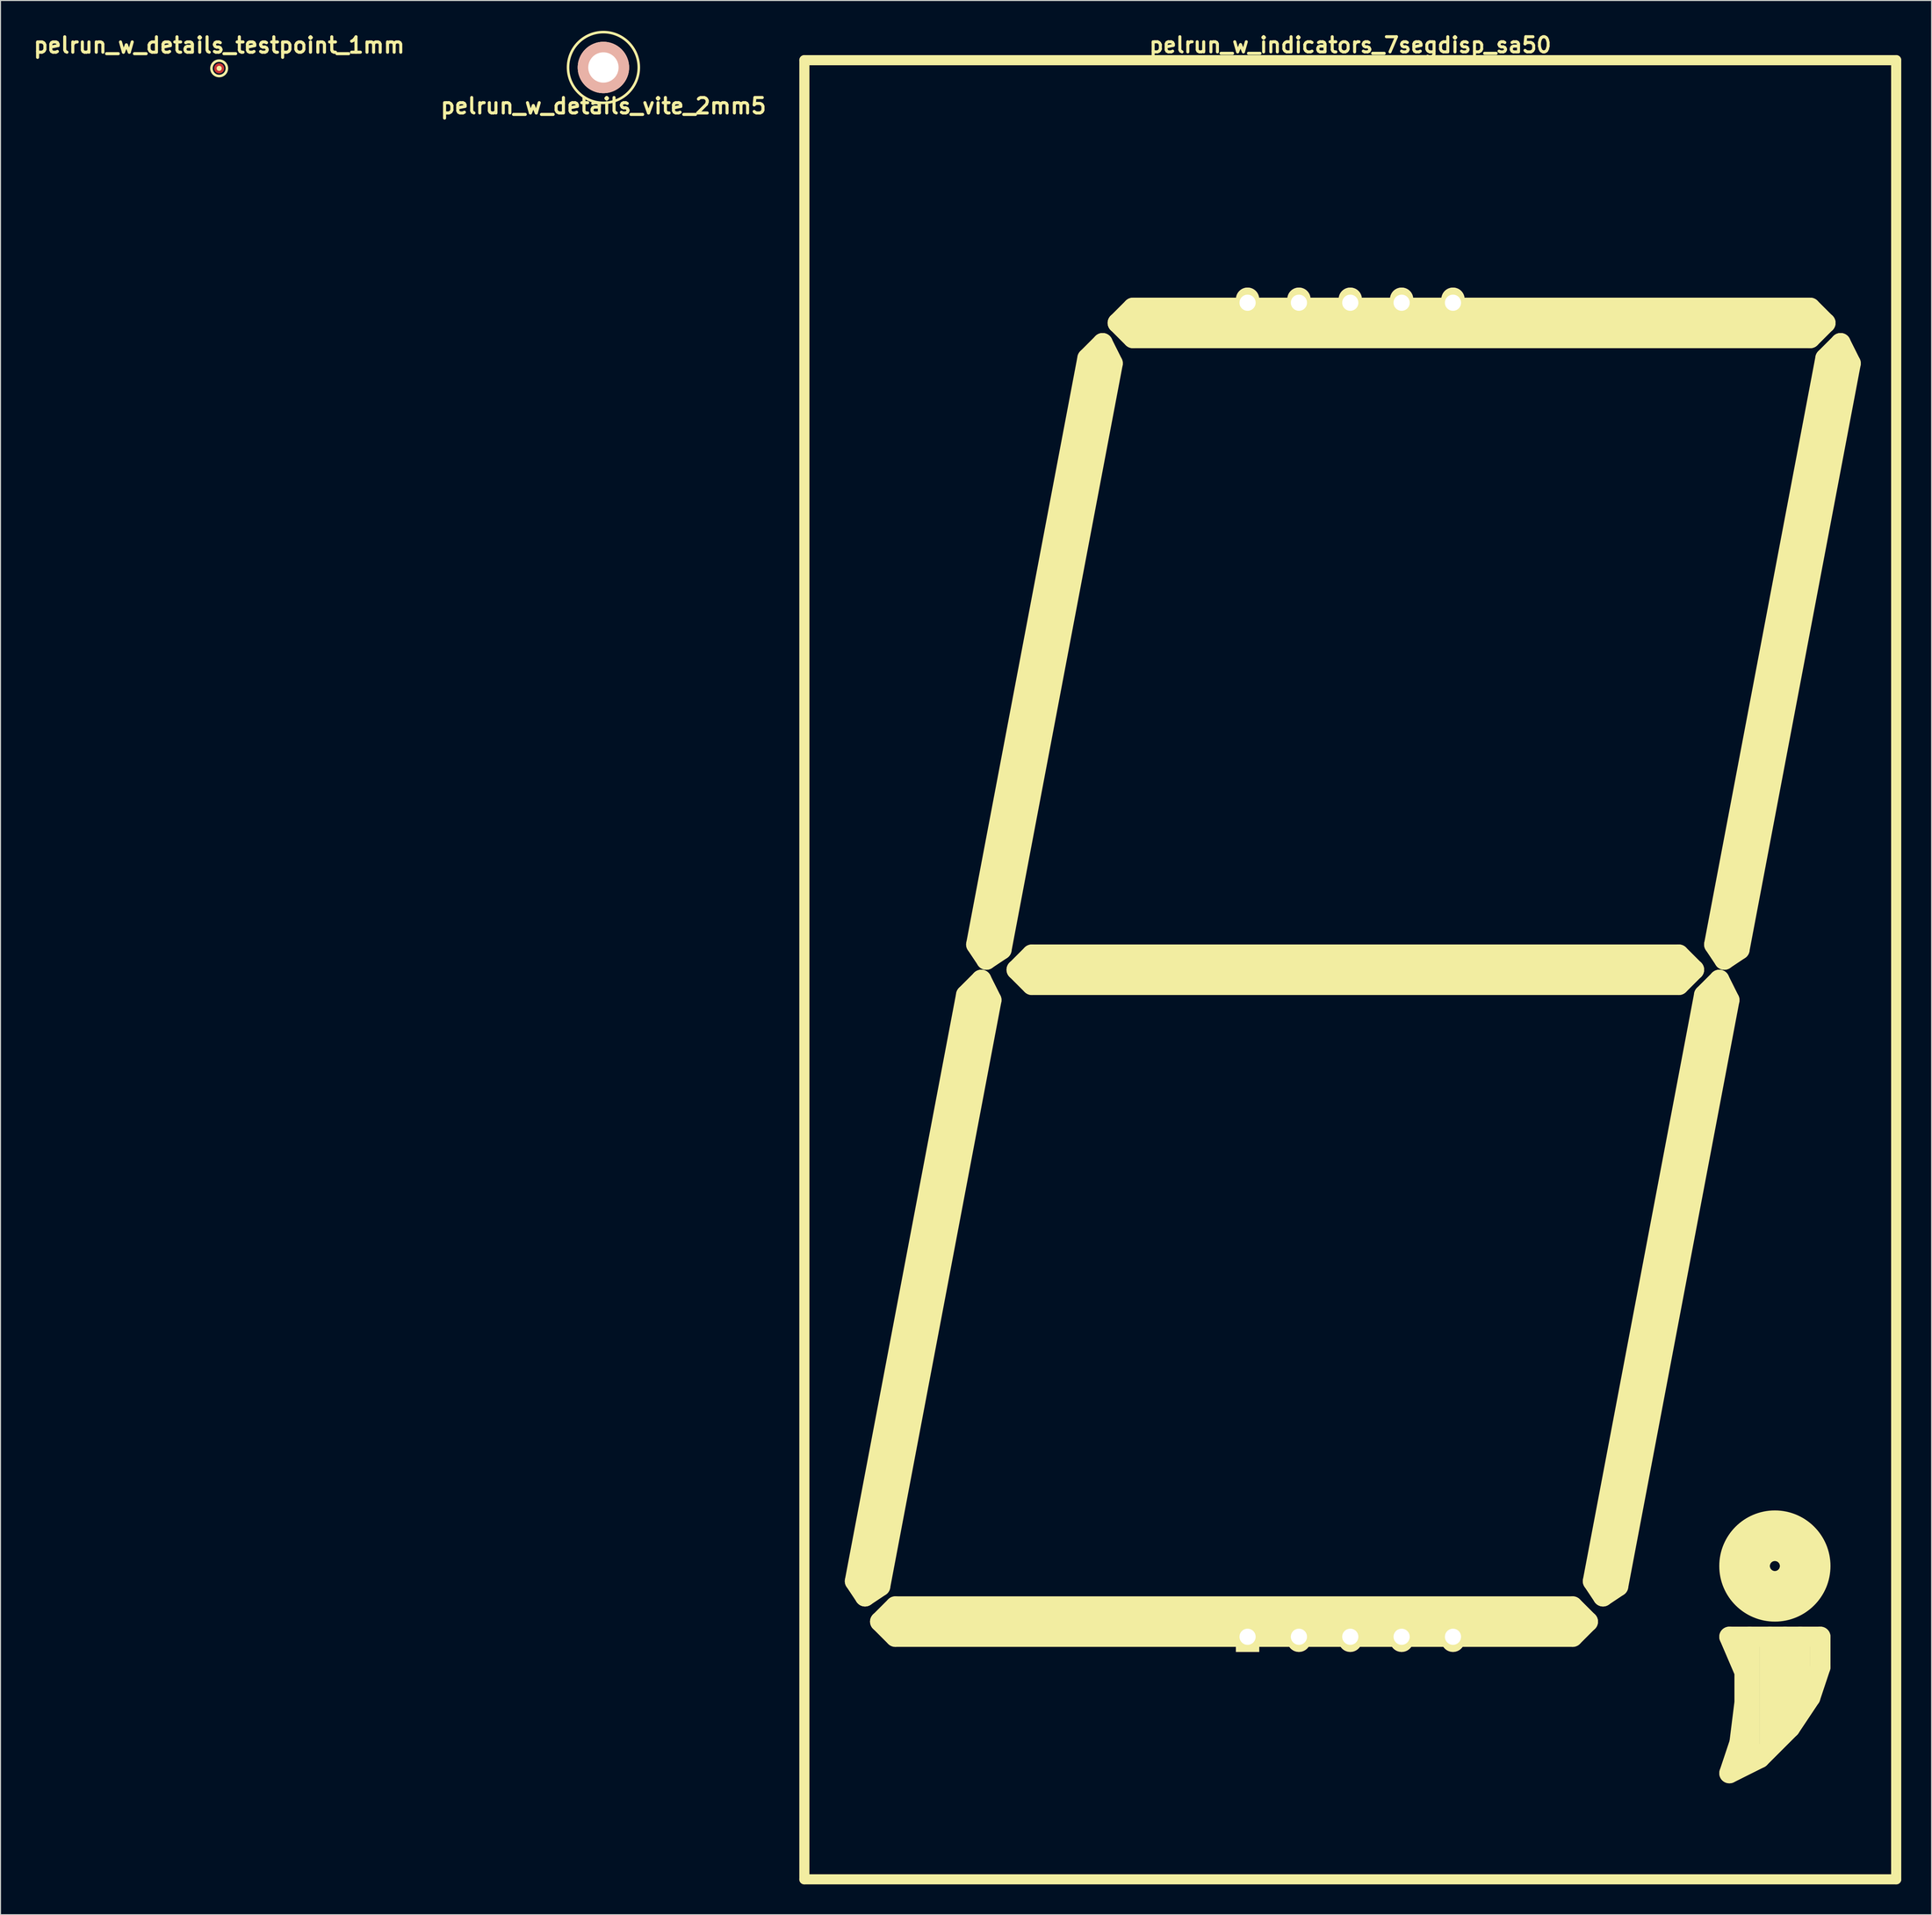
<source format=kicad_pcb>
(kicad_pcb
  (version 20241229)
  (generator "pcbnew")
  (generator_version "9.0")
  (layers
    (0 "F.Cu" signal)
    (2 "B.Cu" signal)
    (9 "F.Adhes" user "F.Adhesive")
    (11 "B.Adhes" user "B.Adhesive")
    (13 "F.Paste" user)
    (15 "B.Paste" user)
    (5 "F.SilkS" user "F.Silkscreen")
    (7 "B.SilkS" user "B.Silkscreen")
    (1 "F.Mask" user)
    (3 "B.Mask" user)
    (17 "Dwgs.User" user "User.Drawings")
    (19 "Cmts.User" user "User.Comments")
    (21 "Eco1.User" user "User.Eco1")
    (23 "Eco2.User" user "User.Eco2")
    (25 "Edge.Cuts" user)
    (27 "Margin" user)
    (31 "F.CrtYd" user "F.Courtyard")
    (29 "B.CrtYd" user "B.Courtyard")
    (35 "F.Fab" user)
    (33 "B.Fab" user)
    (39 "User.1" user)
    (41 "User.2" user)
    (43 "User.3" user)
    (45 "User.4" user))
  (footprint "pelrun_w_details_vite_2mm5"
    (layer "F.Cu")
    (at 56.638 3.627)
    (property "Reference" "pelrun_w_details_vite_2mm5" (at 0 3.81 0) (layer "F.SilkS") (effects (font (size 1.524 1.524) (thickness 0.305))))
    (attr through_hole)
    (fp_circle (center 0 0) (end -3.5 0) (stroke (width 0.254) (type solid)) (fill no) (layer "F.SilkS"))
    (pad "1" thru_hole circle (at 0 0) (size 5.08 5.08) (drill 3) (layers "*.Cu" "*.SilkS" "*.Mask")))
  (footprint "pelrun_w_details_testpoint_1mm"
    (layer "F.Cu")
    (at 18.629 3.712)
    (property "Reference" "pelrun_w_details_testpoint_1mm" (at 0 -2.286 0) (layer "F.SilkS") (effects (font (size 1.524 1.524) (thickness 0.305))))
    (attr through_hole)
    (fp_circle (center 0 0) (end 0.127 0) (stroke (width 0.254) (type solid)) (fill no) (layer "F.SilkS"))
    (fp_circle (center 0 0) (end 0.762 0) (stroke (width 0.254) (type solid)) (fill no) (layer "F.SilkS"))
    (pad "1" smd circle (at 0 0) (size 1.001 1.001) (layers "F.Cu" "F.Mask" "F.Paste")))
  (footprint "pelrun_w_indicators_7segdisp_sa50"
    (layer "F.Cu")
    (at 130.517 92.904)
    (property "Reference" "pelrun_w_indicators_7segdisp_sa50" (at 0 -91.5 0) (layer "F.SilkS") (effects (font (size 1.5 1.5) (thickness 0.3))))
    (attr through_hole)
    (fp_line (start -54 90) (end -54 -90) (stroke (width 1) (type solid)) (layer "F.SilkS"))
    (fp_line (start -54 90) (end 54 90) (stroke (width 1) (type solid)) (layer "F.SilkS"))
    (fp_line (start -49 60.5) (end -38 2.5) (stroke (width 2) (type solid)) (layer "F.SilkS"))
    (fp_line (start -48 62) (end -49 60.5) (stroke (width 2) (type solid)) (layer "F.SilkS"))
    (fp_line (start -48 62) (end -46.5 61) (stroke (width 2) (type solid)) (layer "F.SilkS"))
    (fp_line (start -48 62) (end -36.5 1) (stroke (width 2) (type solid)) (layer "F.SilkS"))
    (fp_line (start -46.5 61) (end -35.5 3) (stroke (width 2) (type solid)) (layer "F.SilkS"))
    (fp_line (start -46.5 64.5) (end -45 66) (stroke (width 2) (type solid)) (layer "F.SilkS"))
    (fp_line (start -45 63) (end -46.5 64.5) (stroke (width 2) (type solid)) (layer "F.SilkS"))
    (fp_line (start -45 66) (end 22 66) (stroke (width 2) (type solid)) (layer "F.SilkS"))
    (fp_line (start -37 -2.5) (end -26 -60.5) (stroke (width 2) (type solid)) (layer "F.SilkS"))
    (fp_line (start -36.5 1) (end -38 2.5) (stroke (width 2) (type solid)) (layer "F.SilkS"))
    (fp_line (start -36.5 1) (end -35.5 3) (stroke (width 2) (type solid)) (layer "F.SilkS"))
    (fp_line (start -36 -1) (end -37 -2.5) (stroke (width 2) (type solid)) (layer "F.SilkS"))
    (fp_line (start -36 -1) (end -34.5 -2) (stroke (width 2) (type solid)) (layer "F.SilkS"))
    (fp_line (start -36 -1) (end -24.5 -62) (stroke (width 2) (type solid)) (layer "F.SilkS"))
    (fp_line (start -34.5 -2) (end -23.5 -60) (stroke (width 2) (type solid)) (layer "F.SilkS"))
    (fp_line (start -33 0) (end -31.5 -1.5) (stroke (width 2) (type solid)) (layer "F.SilkS"))
    (fp_line (start -33 0) (end -31.5 1.5) (stroke (width 2) (type solid)) (layer "F.SilkS"))
    (fp_line (start -31.5 -1.5) (end 32.5 -1.5) (stroke (width 2) (type solid)) (layer "F.SilkS"))
    (fp_line (start -24.5 -62) (end -26 -60.5) (stroke (width 2) (type solid)) (layer "F.SilkS"))
    (fp_line (start -24.5 -62) (end -23.5 -60) (stroke (width 2) (type solid)) (layer "F.SilkS"))
    (fp_line (start -23 -64) (end -21.5 -62.5) (stroke (width 2) (type solid)) (layer "F.SilkS"))
    (fp_line (start -21.5 -65.5) (end -23 -64) (stroke (width 2) (type solid)) (layer "F.SilkS"))
    (fp_line (start -21.5 -62.5) (end 45.5 -62.5) (stroke (width 2) (type solid)) (layer "F.SilkS"))
    (fp_line (start 22 63) (end -45 63) (stroke (width 2) (type solid)) (layer "F.SilkS"))
    (fp_line (start 22 66) (end 23.5 64.5) (stroke (width 2) (type solid)) (layer "F.SilkS"))
    (fp_line (start 23.5 64.5) (end -46.5 64.5) (stroke (width 2) (type solid)) (layer "F.SilkS"))
    (fp_line (start 23.5 64.5) (end 22 63) (stroke (width 2) (type solid)) (layer "F.SilkS"))
    (fp_line (start 24 60.5) (end 35 2.5) (stroke (width 2) (type solid)) (layer "F.SilkS"))
    (fp_line (start 25 62) (end 24 60.5) (stroke (width 2) (type solid)) (layer "F.SilkS"))
    (fp_line (start 25 62) (end 26.5 61) (stroke (width 2) (type solid)) (layer "F.SilkS"))
    (fp_line (start 25 62) (end 36.5 1) (stroke (width 2) (type solid)) (layer "F.SilkS"))
    (fp_line (start 26.5 61) (end 37.5 3) (stroke (width 2) (type solid)) (layer "F.SilkS"))
    (fp_line (start 32.5 1.5) (end -31.5 1.5) (stroke (width 2) (type solid)) (layer "F.SilkS"))
    (fp_line (start 34 0) (end -33 0) (stroke (width 2) (type solid)) (layer "F.SilkS"))
    (fp_line (start 34 0) (end 32.5 -1.5) (stroke (width 2) (type solid)) (layer "F.SilkS"))
    (fp_line (start 34 0) (end 32.5 1.5) (stroke (width 2) (type solid)) (layer "F.SilkS"))
    (fp_line (start 36 -2.5) (end 47 -60.5) (stroke (width 2) (type solid)) (layer "F.SilkS"))
    (fp_line (start 36.5 1) (end 35 2.5) (stroke (width 2) (type solid)) (layer "F.SilkS"))
    (fp_line (start 36.5 1) (end 37.5 3) (stroke (width 2) (type solid)) (layer "F.SilkS"))
    (fp_line (start 37 -1) (end 36 -2.5) (stroke (width 2) (type solid)) (layer "F.SilkS"))
    (fp_line (start 37 -1) (end 38.5 -2) (stroke (width 2) (type solid)) (layer "F.SilkS"))
    (fp_line (start 37 -1) (end 48.5 -62) (stroke (width 2) (type solid)) (layer "F.SilkS"))
    (fp_line (start 37.5 79.5) (end 38.5 76.5) (stroke (width 2) (type solid)) (layer "F.SilkS"))
    (fp_line (start 37.5 79.5) (end 40.5 78) (stroke (width 2) (type solid)) (layer "F.SilkS"))
    (fp_line (start 38.5 -2) (end 49.5 -60) (stroke (width 2) (type solid)) (layer "F.SilkS"))
    (fp_line (start 38.5 76.5) (end 39 72.5) (stroke (width 2) (type solid)) (layer "F.SilkS"))
    (fp_line (start 39 69.5) (end 37.5 66) (stroke (width 2) (type solid)) (layer "F.SilkS"))
    (fp_line (start 39 72.5) (end 39 69.5) (stroke (width 2) (type solid)) (layer "F.SilkS"))
    (fp_line (start 39.5 66) (end 39.5 77.5) (stroke (width 2) (type solid)) (layer "F.SilkS"))
    (fp_line (start 40.5 78) (end 43.5 75) (stroke (width 2) (type solid)) (layer "F.SilkS"))
    (fp_line (start 41.5 66) (end 41.5 76.5) (stroke (width 2) (type solid)) (layer "F.SilkS"))
    (fp_line (start 43 66) (end 43 75) (stroke (width 2) (type solid)) (layer "F.SilkS"))
    (fp_line (start 44.5 66) (end 44.5 73) (stroke (width 2) (type solid)) (layer "F.SilkS"))
    (fp_line (start 45.5 -65.5) (end -21.5 -65.5) (stroke (width 2) (type solid)) (layer "F.SilkS"))
    (fp_line (start 45.5 -62.5) (end 47 -64) (stroke (width 2) (type solid)) (layer "F.SilkS"))
    (fp_line (start 45.5 72) (end 43.5 75) (stroke (width 2) (type solid)) (layer "F.SilkS"))
    (fp_line (start 46.5 66) (end 37.5 66) (stroke (width 2) (type solid)) (layer "F.SilkS"))
    (fp_line (start 46.5 66) (end 46.5 69) (stroke (width 2) (type solid)) (layer "F.SilkS"))
    (fp_line (start 46.5 69) (end 45.5 72) (stroke (width 2) (type solid)) (layer "F.SilkS"))
    (fp_line (start 47 -64) (end -23 -64) (stroke (width 2) (type solid)) (layer "F.SilkS"))
    (fp_line (start 47 -64) (end 45.5 -65.5) (stroke (width 2) (type solid)) (layer "F.SilkS"))
    (fp_line (start 48.5 -62) (end 47 -60.5) (stroke (width 2) (type solid)) (layer "F.SilkS"))
    (fp_line (start 48.5 -62) (end 49.5 -60) (stroke (width 2) (type solid)) (layer "F.SilkS"))
    (fp_line (start 54 -90) (end -54 -90) (stroke (width 1) (type solid)) (layer "F.SilkS"))
    (fp_line (start 54 -90) (end 54 90) (stroke (width 1) (type solid)) (layer "F.SilkS"))
    (fp_circle (center 42 59) (end 42.5 59) (stroke (width 2) (type solid)) (fill no) (layer "F.SilkS"))
    (fp_circle (center 42 59) (end 43.5 59) (stroke (width 2) (type solid)) (fill no) (layer "F.SilkS"))
    (fp_circle (center 42 59) (end 45 59) (stroke (width 2) (type solid)) (fill no) (layer "F.SilkS"))
    (fp_circle (center 42 59) (end 46.5 59) (stroke (width 2) (type solid)) (fill no) (layer "F.SilkS"))
    (pad "1" thru_hole rect (at -10.16 66 90) (size 3 2.3) (drill 1.6) (layers "*.Cu" "*.Mask" "F.SilkS"))
    (pad "2" thru_hole oval (at -5.08 66 90) (size 3 2.3) (drill 1.6) (layers "*.Cu" "*.Mask" "F.SilkS"))
    (pad "3" thru_hole oval (at 0 66 90) (size 3 2.3) (drill 1.6) (layers "*.Cu" "*.Mask" "F.SilkS"))
    (pad "4" thru_hole oval (at 5.08 66 90) (size 3 2.3) (drill 1.6) (layers "*.Cu" "*.Mask" "F.SilkS"))
    (pad "5" thru_hole oval (at 10.16 66 90) (size 3 2.3) (drill 1.6) (layers "*.Cu" "*.Mask" "F.SilkS"))
    (pad "6" thru_hole oval (at 10.16 -66 90) (size 3 2.3) (drill 1.6) (layers "*.Cu" "*.Mask" "F.SilkS"))
    (pad "7" thru_hole oval (at 5.08 -66 90) (size 3 2.3) (drill 1.6) (layers "*.Cu" "*.Mask" "F.SilkS"))
    (pad "8" thru_hole oval (at 0 -66 90) (size 3 2.3) (drill 1.6) (layers "*.Cu" "*.Mask" "F.SilkS"))
    (pad "9" thru_hole oval (at -5.08 -66 90) (size 3 2.3) (drill 1.6) (layers "*.Cu" "*.Mask" "F.SilkS"))
    (pad "10" thru_hole oval (at -10.16 -66 90) (size 3 2.3) (drill 1.6) (layers "*.Cu" "*.Mask" "F.SilkS")))
  (gr_rect
    (start -3 -3)
    (end 188.017 186.404)
    (stroke (width 0.1) (type default))
    (fill no)
    (layer "Edge.Cuts")))
</source>
